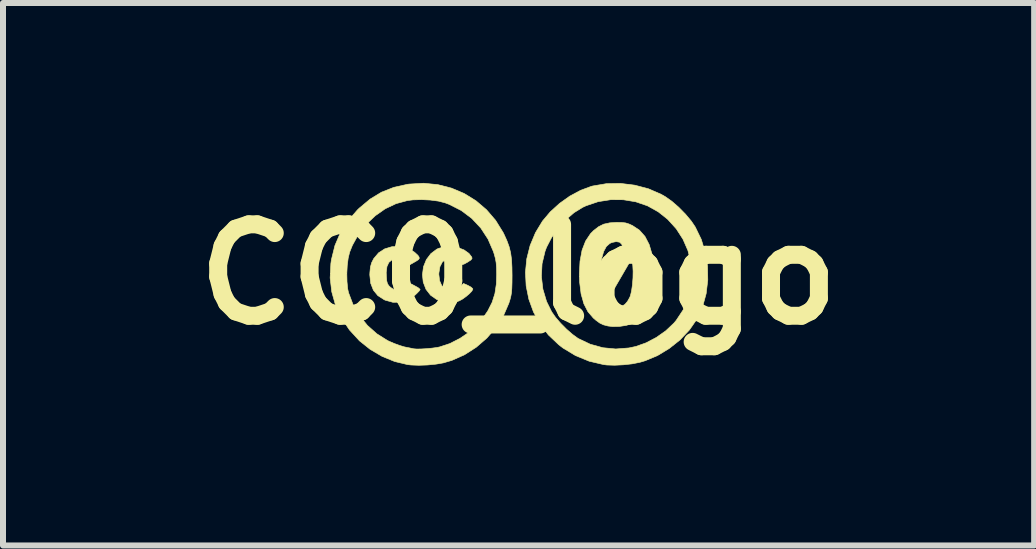
<source format=kicad_pcb>
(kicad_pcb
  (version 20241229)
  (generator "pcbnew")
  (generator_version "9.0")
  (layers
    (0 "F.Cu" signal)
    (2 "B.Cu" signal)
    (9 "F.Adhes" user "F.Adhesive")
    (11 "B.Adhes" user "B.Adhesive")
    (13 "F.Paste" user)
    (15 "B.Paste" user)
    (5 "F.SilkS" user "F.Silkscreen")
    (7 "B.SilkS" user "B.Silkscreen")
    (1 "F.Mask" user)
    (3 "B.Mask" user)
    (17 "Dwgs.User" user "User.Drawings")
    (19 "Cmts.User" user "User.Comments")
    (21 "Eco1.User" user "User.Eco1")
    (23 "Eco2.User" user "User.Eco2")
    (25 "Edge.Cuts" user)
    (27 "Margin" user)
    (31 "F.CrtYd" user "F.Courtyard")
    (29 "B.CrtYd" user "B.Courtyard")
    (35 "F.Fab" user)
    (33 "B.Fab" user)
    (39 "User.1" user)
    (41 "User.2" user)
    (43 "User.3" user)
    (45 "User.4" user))
  (footprint "CC0_logo"
    (layer "F.Cu")
    (at 5.595 1.525)
    (property "Reference" "CC0_logo" (at 0 0 0) (layer "F.SilkS") (effects (font (size 1.524 1.524) (thickness 0.3))))
    (attr through_hole)
    (fp_poly (pts (xy -1.885 -0.447) (xy -1.808 -0.416) (xy -1.734 -0.37) (xy -1.678 -0.318) (xy -1.661 -0.294) (xy -1.654 -0.27) (xy -1.668 -0.247) (xy -1.709 -0.22) (xy -1.732 -0.207) (xy -1.822 -0.156) (xy -1.889 -0.215) (xy -1.961 -0.261) (xy -2.033 -0.271) (xy -2.108 -0.245) (xy -2.162 -0.2) (xy -2.194 -0.131) (xy -2.206 -0.034) (xy -2.204 0.032) (xy -2.198 0.105) (xy -2.186 0.152) (xy -2.164 0.187) (xy -2.133 0.217) (xy -2.058 0.265) (xy -1.981 0.273) (xy -1.904 0.242) (xy -1.868 0.214) (xy -1.8 0.154) (xy -1.721 0.195) (xy -1.673 0.222) (xy -1.645 0.246) (xy -1.641 0.253) (xy -1.655 0.274) (xy -1.69 0.311) (xy -1.728 0.347) (xy -1.842 0.423) (xy -1.965 0.463) (xy -2.094 0.465) (xy -2.224 0.429) (xy -2.239 0.422) (xy -2.345 0.354) (xy -2.42 0.262) (xy -2.465 0.147) (xy -2.48 0.007) (xy -2.478 -0.035) (xy -2.469 -0.125) (xy -2.449 -0.195) (xy -2.414 -0.264) (xy -2.412 -0.266) (xy -2.333 -0.36) (xy -2.231 -0.426) (xy -2.111 -0.462) (xy -1.98 -0.465) (xy -1.885 -0.447)) (stroke (width 0.01) (type solid)) (fill yes) (layer "F.SilkS"))
    (fp_poly (pts (xy -1.01 -0.448) (xy -0.908 -0.408) (xy -0.826 -0.349) (xy -0.78 -0.289) (xy -0.775 -0.266) (xy -0.794 -0.241) (xy -0.841 -0.21) (xy -0.852 -0.203) (xy -0.907 -0.173) (xy -0.939 -0.163) (xy -0.958 -0.171) (xy -0.965 -0.178) (xy -1.014 -0.225) (xy -1.074 -0.26) (xy -1.127 -0.274) (xy -1.208 -0.256) (xy -1.27 -0.207) (xy -1.311 -0.128) (xy -1.328 -0.023) (xy -1.329 -0.001) (xy -1.316 0.105) (xy -1.28 0.187) (xy -1.226 0.244) (xy -1.159 0.272) (xy -1.084 0.268) (xy -1.007 0.228) (xy -0.987 0.212) (xy -0.917 0.151) (xy -0.839 0.186) (xy -0.792 0.212) (xy -0.765 0.237) (xy -0.762 0.245) (xy -0.777 0.276) (xy -0.817 0.319) (xy -0.872 0.366) (xy -0.931 0.409) (xy -0.987 0.44) (xy -1.009 0.448) (xy -1.148 0.468) (xy -1.28 0.451) (xy -1.364 0.418) (xy -1.467 0.346) (xy -1.543 0.248) (xy -1.589 0.128) (xy -1.602 0.005) (xy -1.585 -0.127) (xy -1.537 -0.246) (xy -1.462 -0.346) (xy -1.364 -0.42) (xy -1.339 -0.432) (xy -1.235 -0.462) (xy -1.122 -0.467) (xy -1.01 -0.448)) (stroke (width 0.01) (type solid)) (fill yes) (layer "F.SilkS"))
    (fp_poly (pts (xy 1.719 -0.866) (xy 1.783 -0.859) (xy 1.841 -0.841) (xy 1.9 -0.814) (xy 2.015 -0.738) (xy 2.108 -0.633) (xy 2.178 -0.498) (xy 2.227 -0.331) (xy 2.245 -0.227) (xy 2.262 -0.073) (xy 2.264 0.063) (xy 2.251 0.201) (xy 2.238 0.278) (xy 2.193 0.452) (xy 2.127 0.598) (xy 2.039 0.714) (xy 1.933 0.798) (xy 1.887 0.822) (xy 1.794 0.85) (xy 1.682 0.867) (xy 1.569 0.869) (xy 1.491 0.86) (xy 1.415 0.84) (xy 1.354 0.811) (xy 1.291 0.765) (xy 1.247 0.727) (xy 1.157 0.622) (xy 1.089 0.489) (xy 1.079 0.452) (xy 1.485 0.452) (xy 1.502 0.499) (xy 1.545 0.531) (xy 1.606 0.546) (xy 1.675 0.543) (xy 1.741 0.52) (xy 1.775 0.498) (xy 1.817 0.449) (xy 1.854 0.383) (xy 1.865 0.356) (xy 1.884 0.277) (xy 1.899 0.173) (xy 1.908 0.059) (xy 1.91 -0.052) (xy 1.905 -0.146) (xy 1.901 -0.174) (xy 1.885 -0.26) (xy 1.685 0.084) (xy 1.624 0.189) (xy 1.571 0.284) (xy 1.528 0.362) (xy 1.499 0.419) (xy 1.485 0.449) (xy 1.485 0.452) (xy 1.079 0.452) (xy 1.043 0.326) (xy 1.019 0.133) (xy 1.015 0.035) (xy 1.362 0.035) (xy 1.364 0.096) (xy 1.366 0.142) (xy 1.369 0.174) (xy 1.374 0.191) (xy 1.386 0.188) (xy 1.405 0.164) (xy 1.434 0.116) (xy 1.476 0.041) (xy 1.533 -0.064) (xy 1.581 -0.154) (xy 1.64 -0.264) (xy 1.682 -0.346) (xy 1.709 -0.405) (xy 1.724 -0.446) (xy 1.728 -0.475) (xy 1.724 -0.496) (xy 1.722 -0.501) (xy 1.686 -0.537) (xy 1.628 -0.547) (xy 1.555 -0.532) (xy 1.521 -0.516) (xy 1.464 -0.466) (xy 1.419 -0.382) (xy 1.386 -0.267) (xy 1.367 -0.127) (xy 1.362 0.035) (xy 1.015 0.035) (xy 1.014 -0.007) (xy 1.025 -0.22) (xy 1.059 -0.403) (xy 1.118 -0.556) (xy 1.2 -0.679) (xy 1.249 -0.729) (xy 1.334 -0.795) (xy 1.42 -0.838) (xy 1.521 -0.86) (xy 1.631 -0.867) (xy 1.719 -0.866)) (stroke (width 0.01) (type solid)) (fill yes) (layer "F.SilkS"))
    (fp_poly (pts (xy 1.937 -1.488) (xy 2.165 -1.428) (xy 2.377 -1.336) (xy 2.447 -1.296) (xy 2.556 -1.219) (xy 2.671 -1.119) (xy 2.783 -1.005) (xy 2.88 -0.889) (xy 2.946 -0.791) (xy 3.046 -0.585) (xy 3.114 -0.365) (xy 3.151 -0.137) (xy 3.155 0.094) (xy 3.128 0.32) (xy 3.069 0.536) (xy 2.978 0.737) (xy 2.972 0.749) (xy 2.847 0.928) (xy 2.692 1.092) (xy 2.512 1.235) (xy 2.317 1.353) (xy 2.111 1.439) (xy 2.024 1.465) (xy 1.894 1.491) (xy 1.748 1.507) (xy 1.602 1.514) (xy 1.471 1.51) (xy 1.417 1.503) (xy 1.178 1.447) (xy 0.951 1.354) (xy 0.741 1.227) (xy 0.67 1.172) (xy 0.498 1.009) (xy 0.358 0.826) (xy 0.249 0.626) (xy 0.172 0.414) (xy 0.127 0.193) (xy 0.119 0.035) (xy 0.381 0.035) (xy 0.406 0.246) (xy 0.467 0.451) (xy 0.552 0.623) (xy 0.615 0.713) (xy 0.701 0.813) (xy 0.799 0.912) (xy 0.9 1) (xy 0.991 1.066) (xy 0.998 1.07) (xy 1.196 1.164) (xy 1.405 1.222) (xy 1.621 1.243) (xy 1.84 1.226) (xy 1.957 1.201) (xy 2.128 1.14) (xy 2.297 1.051) (xy 2.455 0.94) (xy 2.588 0.814) (xy 2.628 0.767) (xy 2.746 0.589) (xy 2.829 0.399) (xy 2.877 0.201) (xy 2.892 -0.001) (xy 2.874 -0.202) (xy 2.824 -0.398) (xy 2.742 -0.586) (xy 2.63 -0.76) (xy 2.487 -0.918) (xy 2.33 -1.043) (xy 2.149 -1.144) (xy 1.953 -1.211) (xy 1.747 -1.245) (xy 1.536 -1.246) (xy 1.327 -1.213) (xy 1.126 -1.145) (xy 1.07 -1.119) (xy 0.926 -1.03) (xy 0.786 -0.91) (xy 0.659 -0.768) (xy 0.55 -0.613) (xy 0.467 -0.453) (xy 0.442 -0.386) (xy 0.392 -0.178) (xy 0.381 0.035) (xy 0.119 0.035) (xy 0.115 -0.033) (xy 0.137 -0.259) (xy 0.193 -0.482) (xy 0.283 -0.697) (xy 0.4 -0.89) (xy 0.529 -1.043) (xy 0.683 -1.183) (xy 0.854 -1.305) (xy 1.035 -1.402) (xy 1.215 -1.469) (xy 1.236 -1.474) (xy 1.465 -1.513) (xy 1.702 -1.517) (xy 1.937 -1.488)) (stroke (width 0.01) (type solid)) (fill yes) (layer "F.SilkS"))
    (fp_poly (pts (xy -1.346 -1.497) (xy -1.119 -1.439) (xy -0.906 -1.349) (xy -0.71 -1.228) (xy -0.534 -1.078) (xy -0.382 -0.901) (xy -0.257 -0.699) (xy -0.244 -0.673) (xy -0.194 -0.563) (xy -0.157 -0.462) (xy -0.132 -0.361) (xy -0.117 -0.25) (xy -0.11 -0.119) (xy -0.108 0.02) (xy -0.109 0.139) (xy -0.112 0.23) (xy -0.117 0.299) (xy -0.127 0.358) (xy -0.141 0.415) (xy -0.161 0.479) (xy -0.252 0.69) (xy -0.376 0.885) (xy -0.528 1.061) (xy -0.705 1.214) (xy -0.9 1.339) (xy -1.111 1.433) (xy -1.254 1.475) (xy -1.376 1.496) (xy -1.518 1.51) (xy -1.662 1.515) (xy -1.793 1.51) (xy -1.852 1.503) (xy -2.065 1.452) (xy -2.275 1.366) (xy -2.473 1.25) (xy -2.651 1.108) (xy -2.652 1.107) (xy -2.819 0.925) (xy -2.952 0.727) (xy -3.051 0.514) (xy -3.114 0.29) (xy -3.141 0.058) (xy -3.137 -0.014) (xy -2.863 -0.014) (xy -2.86 0.12) (xy -2.849 0.238) (xy -2.835 0.303) (xy -2.76 0.501) (xy -2.653 0.685) (xy -2.519 0.851) (xy -2.361 0.991) (xy -2.186 1.101) (xy -2.164 1.112) (xy -2.076 1.15) (xy -1.987 1.183) (xy -1.911 1.206) (xy -1.895 1.21) (xy -1.828 1.223) (xy -1.771 1.235) (xy -1.749 1.24) (xy -1.699 1.244) (xy -1.623 1.243) (xy -1.533 1.238) (xy -1.441 1.229) (xy -1.359 1.218) (xy -1.316 1.209) (xy -1.146 1.153) (xy -0.977 1.067) (xy -0.82 0.96) (xy -0.684 0.838) (xy -0.614 0.756) (xy -0.512 0.607) (xy -0.44 0.465) (xy -0.394 0.32) (xy -0.37 0.16) (xy -0.365 0) (xy -0.367 -0.109) (xy -0.373 -0.193) (xy -0.385 -0.264) (xy -0.405 -0.337) (xy -0.419 -0.381) (xy -0.509 -0.589) (xy -0.63 -0.774) (xy -0.78 -0.934) (xy -0.956 -1.066) (xy -1.157 -1.168) (xy -1.223 -1.193) (xy -1.335 -1.222) (xy -1.471 -1.24) (xy -1.617 -1.247) (xy -1.76 -1.243) (xy -1.854 -1.231) (xy -2.042 -1.18) (xy -2.222 -1.095) (xy -2.389 -0.978) (xy -2.539 -0.835) (xy -2.668 -0.669) (xy -2.77 -0.485) (xy -2.816 -0.371) (xy -2.84 -0.272) (xy -2.856 -0.149) (xy -2.863 -0.014) (xy -3.137 -0.014) (xy -3.129 -0.18) (xy -3.119 -0.249) (xy -3.061 -0.482) (xy -2.97 -0.695) (xy -2.845 -0.892) (xy -2.685 -1.076) (xy -2.655 -1.105) (xy -2.474 -1.256) (xy -2.284 -1.371) (xy -2.078 -1.452) (xy -1.853 -1.502) (xy -1.824 -1.506) (xy -1.582 -1.52) (xy -1.346 -1.497)) (stroke (width 0.01) (type solid)) (fill yes) (layer "F.SilkS")))
  (gr_rect
    (start -3 -3)
    (end 14.191 6.044)
    (stroke (width 0.1) (type default))
    (fill no)
    (layer "Edge.Cuts")))
</source>
